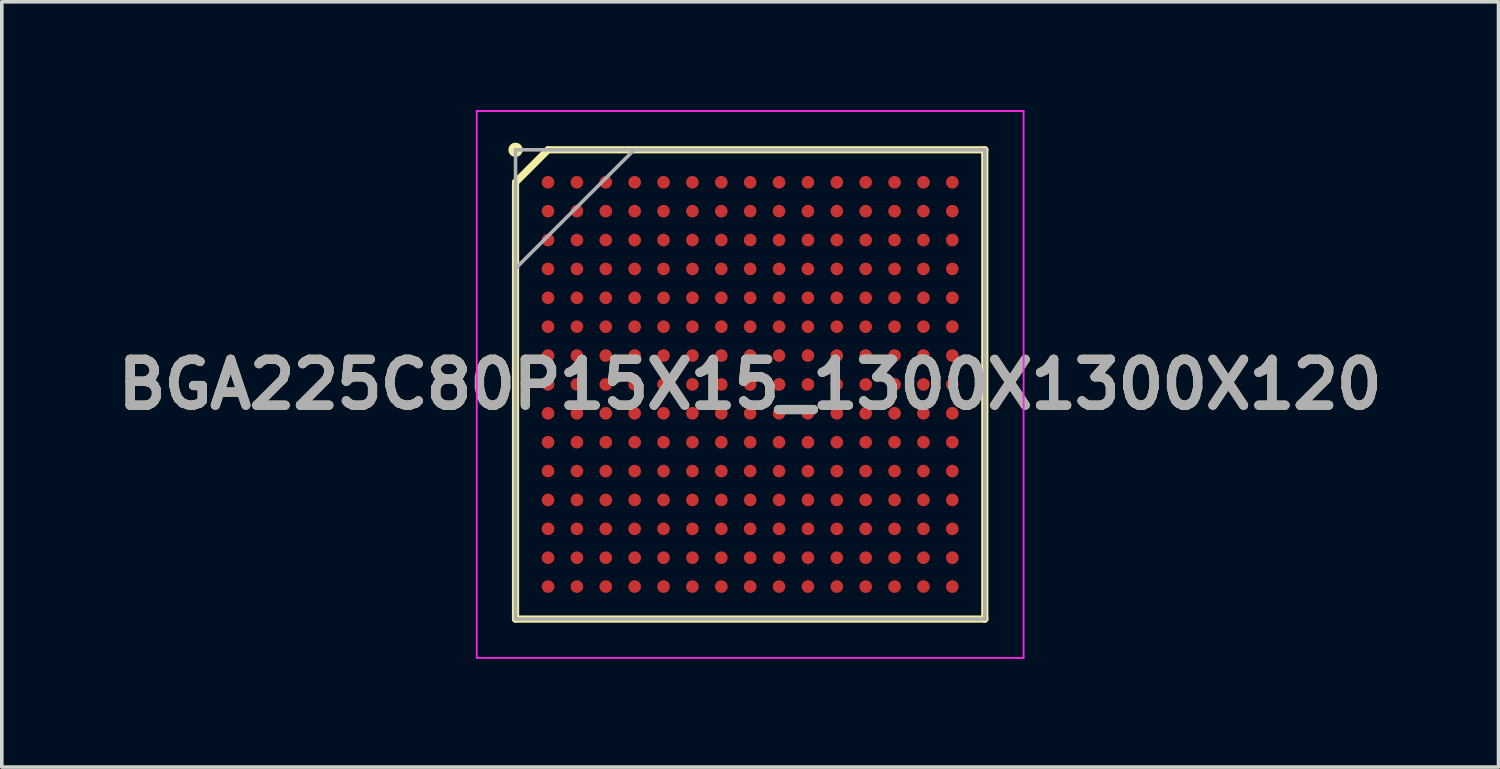
<source format=kicad_pcb>
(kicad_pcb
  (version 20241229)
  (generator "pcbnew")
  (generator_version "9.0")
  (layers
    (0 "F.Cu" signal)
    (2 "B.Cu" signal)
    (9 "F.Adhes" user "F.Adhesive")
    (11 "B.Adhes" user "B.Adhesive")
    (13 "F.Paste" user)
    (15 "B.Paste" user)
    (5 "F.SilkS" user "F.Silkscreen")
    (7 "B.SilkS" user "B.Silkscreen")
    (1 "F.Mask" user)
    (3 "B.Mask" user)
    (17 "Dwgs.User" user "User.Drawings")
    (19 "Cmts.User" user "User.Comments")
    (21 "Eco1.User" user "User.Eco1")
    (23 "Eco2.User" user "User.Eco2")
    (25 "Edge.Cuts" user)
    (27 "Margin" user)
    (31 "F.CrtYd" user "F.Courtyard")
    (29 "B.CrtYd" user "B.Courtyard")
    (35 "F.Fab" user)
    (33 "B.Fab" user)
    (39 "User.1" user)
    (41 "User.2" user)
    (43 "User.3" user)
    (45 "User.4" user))
  (footprint "BGA225C80P15X15_1300X1300X120"
    (layer "F.Cu")
    (at 17.732 7.6)
    (property "Reference" "BGA225C80P15X15_1300X1300X120" (at 0 0 0) (layer "F.SilkS") (effects (font (size 1.27 1.27) (thickness 0.254))))
    (attr smd)
    (fp_line (start -6.5 -5.6) (end -5.6 -6.5) (stroke (width 0.2) (type solid)) (layer "F.SilkS"))
    (fp_line (start -6.5 6.5) (end -6.5 -5.6) (stroke (width 0.2) (type solid)) (layer "F.SilkS"))
    (fp_line (start -5.6 -6.5) (end 6.5 -6.5) (stroke (width 0.2) (type solid)) (layer "F.SilkS"))
    (fp_line (start 6.5 -6.5) (end 6.5 6.5) (stroke (width 0.2) (type solid)) (layer "F.SilkS"))
    (fp_line (start 6.5 6.5) (end -6.5 6.5) (stroke (width 0.2) (type solid)) (layer "F.SilkS"))
    (fp_circle (center -6.5 -6.5) (end -6.5 -6.4) (stroke (width 0.2) (type solid)) (fill no) (layer "F.SilkS"))
    (fp_line (start -7.575 -7.575) (end 7.575 -7.575) (stroke (width 0.05) (type solid)) (layer "F.CrtYd"))
    (fp_line (start -7.575 7.575) (end -7.575 -7.575) (stroke (width 0.05) (type solid)) (layer "F.CrtYd"))
    (fp_line (start 7.575 -7.575) (end 7.575 7.575) (stroke (width 0.05) (type solid)) (layer "F.CrtYd"))
    (fp_line (start 7.575 7.575) (end -7.575 7.575) (stroke (width 0.05) (type solid)) (layer "F.CrtYd"))
    (fp_line (start -6.5 -6.5) (end 6.5 -6.5) (stroke (width 0.1) (type solid)) (layer "F.Fab"))
    (fp_line (start -6.5 -3.212) (end -3.212 -6.5) (stroke (width 0.1) (type solid)) (layer "F.Fab"))
    (fp_line (start -6.5 6.5) (end -6.5 -6.5) (stroke (width 0.1) (type solid)) (layer "F.Fab"))
    (fp_line (start 6.5 -6.5) (end 6.5 6.5) (stroke (width 0.1) (type solid)) (layer "F.Fab"))
    (fp_line (start 6.5 6.5) (end -6.5 6.5) (stroke (width 0.1) (type solid)) (layer "F.Fab"))
    (fp_text user "${REFERENCE}" (at 0 0 0) (layer "F.Fab") (effects (font (size 1.27 1.27) (thickness 0.254))))
    (pad "A1" smd circle (at -5.6 -5.6 90) (size 0.35 0.35) (layers "F.Cu" "F.Mask" "F.Paste"))
    (pad "A2" smd circle (at -4.8 -5.6 90) (size 0.35 0.35) (layers "F.Cu" "F.Mask" "F.Paste"))
    (pad "A3" smd circle (at -4 -5.6 90) (size 0.35 0.35) (layers "F.Cu" "F.Mask" "F.Paste"))
    (pad "A4" smd circle (at -3.2 -5.6 90) (size 0.35 0.35) (layers "F.Cu" "F.Mask" "F.Paste"))
    (pad "A5" smd circle (at -2.4 -5.6 90) (size 0.35 0.35) (layers "F.Cu" "F.Mask" "F.Paste"))
    (pad "A6" smd circle (at -1.6 -5.6 90) (size 0.35 0.35) (layers "F.Cu" "F.Mask" "F.Paste"))
    (pad "A7" smd circle (at -0.8 -5.6 90) (size 0.35 0.35) (layers "F.Cu" "F.Mask" "F.Paste"))
    (pad "A8" smd circle (at 0 -5.6 90) (size 0.35 0.35) (layers "F.Cu" "F.Mask" "F.Paste"))
    (pad "A9" smd circle (at 0.8 -5.6 90) (size 0.35 0.35) (layers "F.Cu" "F.Mask" "F.Paste"))
    (pad "A10" smd circle (at 1.6 -5.6 90) (size 0.35 0.35) (layers "F.Cu" "F.Mask" "F.Paste"))
    (pad "A11" smd circle (at 2.4 -5.6 90) (size 0.35 0.35) (layers "F.Cu" "F.Mask" "F.Paste"))
    (pad "A12" smd circle (at 3.2 -5.6 90) (size 0.35 0.35) (layers "F.Cu" "F.Mask" "F.Paste"))
    (pad "A13" smd circle (at 4 -5.6 90) (size 0.35 0.35) (layers "F.Cu" "F.Mask" "F.Paste"))
    (pad "A14" smd circle (at 4.8 -5.6 90) (size 0.35 0.35) (layers "F.Cu" "F.Mask" "F.Paste"))
    (pad "A15" smd circle (at 5.6 -5.6 90) (size 0.35 0.35) (layers "F.Cu" "F.Mask" "F.Paste"))
    (pad "B1" smd circle (at -5.6 -4.8 90) (size 0.35 0.35) (layers "F.Cu" "F.Mask" "F.Paste"))
    (pad "B2" smd circle (at -4.8 -4.8 90) (size 0.35 0.35) (layers "F.Cu" "F.Mask" "F.Paste"))
    (pad "B3" smd circle (at -4 -4.8 90) (size 0.35 0.35) (layers "F.Cu" "F.Mask" "F.Paste"))
    (pad "B4" smd circle (at -3.2 -4.8 90) (size 0.35 0.35) (layers "F.Cu" "F.Mask" "F.Paste"))
    (pad "B5" smd circle (at -2.4 -4.8 90) (size 0.35 0.35) (layers "F.Cu" "F.Mask" "F.Paste"))
    (pad "B6" smd circle (at -1.6 -4.8 90) (size 0.35 0.35) (layers "F.Cu" "F.Mask" "F.Paste"))
    (pad "B7" smd circle (at -0.8 -4.8 90) (size 0.35 0.35) (layers "F.Cu" "F.Mask" "F.Paste"))
    (pad "B8" smd circle (at 0 -4.8 90) (size 0.35 0.35) (layers "F.Cu" "F.Mask" "F.Paste"))
    (pad "B9" smd circle (at 0.8 -4.8 90) (size 0.35 0.35) (layers "F.Cu" "F.Mask" "F.Paste"))
    (pad "B10" smd circle (at 1.6 -4.8 90) (size 0.35 0.35) (layers "F.Cu" "F.Mask" "F.Paste"))
    (pad "B11" smd circle (at 2.4 -4.8 90) (size 0.35 0.35) (layers "F.Cu" "F.Mask" "F.Paste"))
    (pad "B12" smd circle (at 3.2 -4.8 90) (size 0.35 0.35) (layers "F.Cu" "F.Mask" "F.Paste"))
    (pad "B13" smd circle (at 4 -4.8 90) (size 0.35 0.35) (layers "F.Cu" "F.Mask" "F.Paste"))
    (pad "B14" smd circle (at 4.8 -4.8 90) (size 0.35 0.35) (layers "F.Cu" "F.Mask" "F.Paste"))
    (pad "B15" smd circle (at 5.6 -4.8 90) (size 0.35 0.35) (layers "F.Cu" "F.Mask" "F.Paste"))
    (pad "C1" smd circle (at -5.6 -4 90) (size 0.35 0.35) (layers "F.Cu" "F.Mask" "F.Paste"))
    (pad "C2" smd circle (at -4.8 -4 90) (size 0.35 0.35) (layers "F.Cu" "F.Mask" "F.Paste"))
    (pad "C3" smd circle (at -4 -4 90) (size 0.35 0.35) (layers "F.Cu" "F.Mask" "F.Paste"))
    (pad "C4" smd circle (at -3.2 -4 90) (size 0.35 0.35) (layers "F.Cu" "F.Mask" "F.Paste"))
    (pad "C5" smd circle (at -2.4 -4 90) (size 0.35 0.35) (layers "F.Cu" "F.Mask" "F.Paste"))
    (pad "C6" smd circle (at -1.6 -4 90) (size 0.35 0.35) (layers "F.Cu" "F.Mask" "F.Paste"))
    (pad "C7" smd circle (at -0.8 -4 90) (size 0.35 0.35) (layers "F.Cu" "F.Mask" "F.Paste"))
    (pad "C8" smd circle (at 0 -4 90) (size 0.35 0.35) (layers "F.Cu" "F.Mask" "F.Paste"))
    (pad "C9" smd circle (at 0.8 -4 90) (size 0.35 0.35) (layers "F.Cu" "F.Mask" "F.Paste"))
    (pad "C10" smd circle (at 1.6 -4 90) (size 0.35 0.35) (layers "F.Cu" "F.Mask" "F.Paste"))
    (pad "C11" smd circle (at 2.4 -4 90) (size 0.35 0.35) (layers "F.Cu" "F.Mask" "F.Paste"))
    (pad "C12" smd circle (at 3.2 -4 90) (size 0.35 0.35) (layers "F.Cu" "F.Mask" "F.Paste"))
    (pad "C13" smd circle (at 4 -4 90) (size 0.35 0.35) (layers "F.Cu" "F.Mask" "F.Paste"))
    (pad "C14" smd circle (at 4.8 -4 90) (size 0.35 0.35) (layers "F.Cu" "F.Mask" "F.Paste"))
    (pad "C15" smd circle (at 5.6 -4 90) (size 0.35 0.35) (layers "F.Cu" "F.Mask" "F.Paste"))
    (pad "D1" smd circle (at -5.6 -3.2 90) (size 0.35 0.35) (layers "F.Cu" "F.Mask" "F.Paste"))
    (pad "D2" smd circle (at -4.8 -3.2 90) (size 0.35 0.35) (layers "F.Cu" "F.Mask" "F.Paste"))
    (pad "D3" smd circle (at -4 -3.2 90) (size 0.35 0.35) (layers "F.Cu" "F.Mask" "F.Paste"))
    (pad "D4" smd circle (at -3.2 -3.2 90) (size 0.35 0.35) (layers "F.Cu" "F.Mask" "F.Paste"))
    (pad "D5" smd circle (at -2.4 -3.2 90) (size 0.35 0.35) (layers "F.Cu" "F.Mask" "F.Paste"))
    (pad "D6" smd circle (at -1.6 -3.2 90) (size 0.35 0.35) (layers "F.Cu" "F.Mask" "F.Paste"))
    (pad "D7" smd circle (at -0.8 -3.2 90) (size 0.35 0.35) (layers "F.Cu" "F.Mask" "F.Paste"))
    (pad "D8" smd circle (at 0 -3.2 90) (size 0.35 0.35) (layers "F.Cu" "F.Mask" "F.Paste"))
    (pad "D9" smd circle (at 0.8 -3.2 90) (size 0.35 0.35) (layers "F.Cu" "F.Mask" "F.Paste"))
    (pad "D10" smd circle (at 1.6 -3.2 90) (size 0.35 0.35) (layers "F.Cu" "F.Mask" "F.Paste"))
    (pad "D11" smd circle (at 2.4 -3.2 90) (size 0.35 0.35) (layers "F.Cu" "F.Mask" "F.Paste"))
    (pad "D12" smd circle (at 3.2 -3.2 90) (size 0.35 0.35) (layers "F.Cu" "F.Mask" "F.Paste"))
    (pad "D13" smd circle (at 4 -3.2 90) (size 0.35 0.35) (layers "F.Cu" "F.Mask" "F.Paste"))
    (pad "D14" smd circle (at 4.8 -3.2 90) (size 0.35 0.35) (layers "F.Cu" "F.Mask" "F.Paste"))
    (pad "D15" smd circle (at 5.6 -3.2 90) (size 0.35 0.35) (layers "F.Cu" "F.Mask" "F.Paste"))
    (pad "E1" smd circle (at -5.6 -2.4 90) (size 0.35 0.35) (layers "F.Cu" "F.Mask" "F.Paste"))
    (pad "E2" smd circle (at -4.8 -2.4 90) (size 0.35 0.35) (layers "F.Cu" "F.Mask" "F.Paste"))
    (pad "E3" smd circle (at -4 -2.4 90) (size 0.35 0.35) (layers "F.Cu" "F.Mask" "F.Paste"))
    (pad "E4" smd circle (at -3.2 -2.4 90) (size 0.35 0.35) (layers "F.Cu" "F.Mask" "F.Paste"))
    (pad "E5" smd circle (at -2.4 -2.4 90) (size 0.35 0.35) (layers "F.Cu" "F.Mask" "F.Paste"))
    (pad "E6" smd circle (at -1.6 -2.4 90) (size 0.35 0.35) (layers "F.Cu" "F.Mask" "F.Paste"))
    (pad "E7" smd circle (at -0.8 -2.4 90) (size 0.35 0.35) (layers "F.Cu" "F.Mask" "F.Paste"))
    (pad "E8" smd circle (at 0 -2.4 90) (size 0.35 0.35) (layers "F.Cu" "F.Mask" "F.Paste"))
    (pad "E9" smd circle (at 0.8 -2.4 90) (size 0.35 0.35) (layers "F.Cu" "F.Mask" "F.Paste"))
    (pad "E10" smd circle (at 1.6 -2.4 90) (size 0.35 0.35) (layers "F.Cu" "F.Mask" "F.Paste"))
    (pad "E11" smd circle (at 2.4 -2.4 90) (size 0.35 0.35) (layers "F.Cu" "F.Mask" "F.Paste"))
    (pad "E12" smd circle (at 3.2 -2.4 90) (size 0.35 0.35) (layers "F.Cu" "F.Mask" "F.Paste"))
    (pad "E13" smd circle (at 4 -2.4 90) (size 0.35 0.35) (layers "F.Cu" "F.Mask" "F.Paste"))
    (pad "E14" smd circle (at 4.8 -2.4 90) (size 0.35 0.35) (layers "F.Cu" "F.Mask" "F.Paste"))
    (pad "E15" smd circle (at 5.6 -2.4 90) (size 0.35 0.35) (layers "F.Cu" "F.Mask" "F.Paste"))
    (pad "F1" smd circle (at -5.6 -1.6 90) (size 0.35 0.35) (layers "F.Cu" "F.Mask" "F.Paste"))
    (pad "F2" smd circle (at -4.8 -1.6 90) (size 0.35 0.35) (layers "F.Cu" "F.Mask" "F.Paste"))
    (pad "F3" smd circle (at -4 -1.6 90) (size 0.35 0.35) (layers "F.Cu" "F.Mask" "F.Paste"))
    (pad "F4" smd circle (at -3.2 -1.6 90) (size 0.35 0.35) (layers "F.Cu" "F.Mask" "F.Paste"))
    (pad "F5" smd circle (at -2.4 -1.6 90) (size 0.35 0.35) (layers "F.Cu" "F.Mask" "F.Paste"))
    (pad "F6" smd circle (at -1.6 -1.6 90) (size 0.35 0.35) (layers "F.Cu" "F.Mask" "F.Paste"))
    (pad "F7" smd circle (at -0.8 -1.6 90) (size 0.35 0.35) (layers "F.Cu" "F.Mask" "F.Paste"))
    (pad "F8" smd circle (at 0 -1.6 90) (size 0.35 0.35) (layers "F.Cu" "F.Mask" "F.Paste"))
    (pad "F9" smd circle (at 0.8 -1.6 90) (size 0.35 0.35) (layers "F.Cu" "F.Mask" "F.Paste"))
    (pad "F10" smd circle (at 1.6 -1.6 90) (size 0.35 0.35) (layers "F.Cu" "F.Mask" "F.Paste"))
    (pad "F11" smd circle (at 2.4 -1.6 90) (size 0.35 0.35) (layers "F.Cu" "F.Mask" "F.Paste"))
    (pad "F12" smd circle (at 3.2 -1.6 90) (size 0.35 0.35) (layers "F.Cu" "F.Mask" "F.Paste"))
    (pad "F13" smd circle (at 4 -1.6 90) (size 0.35 0.35) (layers "F.Cu" "F.Mask" "F.Paste"))
    (pad "F14" smd circle (at 4.8 -1.6 90) (size 0.35 0.35) (layers "F.Cu" "F.Mask" "F.Paste"))
    (pad "F15" smd circle (at 5.6 -1.6 90) (size 0.35 0.35) (layers "F.Cu" "F.Mask" "F.Paste"))
    (pad "G1" smd circle (at -5.6 -0.8 90) (size 0.35 0.35) (layers "F.Cu" "F.Mask" "F.Paste"))
    (pad "G2" smd circle (at -4.8 -0.8 90) (size 0.35 0.35) (layers "F.Cu" "F.Mask" "F.Paste"))
    (pad "G3" smd circle (at -4 -0.8 90) (size 0.35 0.35) (layers "F.Cu" "F.Mask" "F.Paste"))
    (pad "G4" smd circle (at -3.2 -0.8 90) (size 0.35 0.35) (layers "F.Cu" "F.Mask" "F.Paste"))
    (pad "G5" smd circle (at -2.4 -0.8 90) (size 0.35 0.35) (layers "F.Cu" "F.Mask" "F.Paste"))
    (pad "G6" smd circle (at -1.6 -0.8 90) (size 0.35 0.35) (layers "F.Cu" "F.Mask" "F.Paste"))
    (pad "G7" smd circle (at -0.8 -0.8 90) (size 0.35 0.35) (layers "F.Cu" "F.Mask" "F.Paste"))
    (pad "G8" smd circle (at 0 -0.8 90) (size 0.35 0.35) (layers "F.Cu" "F.Mask" "F.Paste"))
    (pad "G9" smd circle (at 0.8 -0.8 90) (size 0.35 0.35) (layers "F.Cu" "F.Mask" "F.Paste"))
    (pad "G10" smd circle (at 1.6 -0.8 90) (size 0.35 0.35) (layers "F.Cu" "F.Mask" "F.Paste"))
    (pad "G11" smd circle (at 2.4 -0.8 90) (size 0.35 0.35) (layers "F.Cu" "F.Mask" "F.Paste"))
    (pad "G12" smd circle (at 3.2 -0.8 90) (size 0.35 0.35) (layers "F.Cu" "F.Mask" "F.Paste"))
    (pad "G13" smd circle (at 4 -0.8 90) (size 0.35 0.35) (layers "F.Cu" "F.Mask" "F.Paste"))
    (pad "G14" smd circle (at 4.8 -0.8 90) (size 0.35 0.35) (layers "F.Cu" "F.Mask" "F.Paste"))
    (pad "G15" smd circle (at 5.6 -0.8 90) (size 0.35 0.35) (layers "F.Cu" "F.Mask" "F.Paste"))
    (pad "H1" smd circle (at -5.6 0 90) (size 0.35 0.35) (layers "F.Cu" "F.Mask" "F.Paste"))
    (pad "H2" smd circle (at -4.8 0 90) (size 0.35 0.35) (layers "F.Cu" "F.Mask" "F.Paste"))
    (pad "H3" smd circle (at -4 0 90) (size 0.35 0.35) (layers "F.Cu" "F.Mask" "F.Paste"))
    (pad "H4" smd circle (at -3.2 0 90) (size 0.35 0.35) (layers "F.Cu" "F.Mask" "F.Paste"))
    (pad "H5" smd circle (at -2.4 0 90) (size 0.35 0.35) (layers "F.Cu" "F.Mask" "F.Paste"))
    (pad "H6" smd circle (at -1.6 0 90) (size 0.35 0.35) (layers "F.Cu" "F.Mask" "F.Paste"))
    (pad "H7" smd circle (at -0.8 0 90) (size 0.35 0.35) (layers "F.Cu" "F.Mask" "F.Paste"))
    (pad "H8" smd circle (at 0 0 90) (size 0.35 0.35) (layers "F.Cu" "F.Mask" "F.Paste"))
    (pad "H9" smd circle (at 0.8 0 90) (size 0.35 0.35) (layers "F.Cu" "F.Mask" "F.Paste"))
    (pad "H10" smd circle (at 1.6 0 90) (size 0.35 0.35) (layers "F.Cu" "F.Mask" "F.Paste"))
    (pad "H11" smd circle (at 2.4 0 90) (size 0.35 0.35) (layers "F.Cu" "F.Mask" "F.Paste"))
    (pad "H12" smd circle (at 3.2 0 90) (size 0.35 0.35) (layers "F.Cu" "F.Mask" "F.Paste"))
    (pad "H13" smd circle (at 4 0 90) (size 0.35 0.35) (layers "F.Cu" "F.Mask" "F.Paste"))
    (pad "H14" smd circle (at 4.8 0 90) (size 0.35 0.35) (layers "F.Cu" "F.Mask" "F.Paste"))
    (pad "H15" smd circle (at 5.6 0 90) (size 0.35 0.35) (layers "F.Cu" "F.Mask" "F.Paste"))
    (pad "J1" smd circle (at -5.6 0.8 90) (size 0.35 0.35) (layers "F.Cu" "F.Mask" "F.Paste"))
    (pad "J2" smd circle (at -4.8 0.8 90) (size 0.35 0.35) (layers "F.Cu" "F.Mask" "F.Paste"))
    (pad "J3" smd circle (at -4 0.8 90) (size 0.35 0.35) (layers "F.Cu" "F.Mask" "F.Paste"))
    (pad "J4" smd circle (at -3.2 0.8 90) (size 0.35 0.35) (layers "F.Cu" "F.Mask" "F.Paste"))
    (pad "J5" smd circle (at -2.4 0.8 90) (size 0.35 0.35) (layers "F.Cu" "F.Mask" "F.Paste"))
    (pad "J6" smd circle (at -1.6 0.8 90) (size 0.35 0.35) (layers "F.Cu" "F.Mask" "F.Paste"))
    (pad "J7" smd circle (at -0.8 0.8 90) (size 0.35 0.35) (layers "F.Cu" "F.Mask" "F.Paste"))
    (pad "J8" smd circle (at 0 0.8 90) (size 0.35 0.35) (layers "F.Cu" "F.Mask" "F.Paste"))
    (pad "J9" smd circle (at 0.8 0.8 90) (size 0.35 0.35) (layers "F.Cu" "F.Mask" "F.Paste"))
    (pad "J10" smd circle (at 1.6 0.8 90) (size 0.35 0.35) (layers "F.Cu" "F.Mask" "F.Paste"))
    (pad "J11" smd circle (at 2.4 0.8 90) (size 0.35 0.35) (layers "F.Cu" "F.Mask" "F.Paste"))
    (pad "J12" smd circle (at 3.2 0.8 90) (size 0.35 0.35) (layers "F.Cu" "F.Mask" "F.Paste"))
    (pad "J13" smd circle (at 4 0.8 90) (size 0.35 0.35) (layers "F.Cu" "F.Mask" "F.Paste"))
    (pad "J14" smd circle (at 4.8 0.8 90) (size 0.35 0.35) (layers "F.Cu" "F.Mask" "F.Paste"))
    (pad "J15" smd circle (at 5.6 0.8 90) (size 0.35 0.35) (layers "F.Cu" "F.Mask" "F.Paste"))
    (pad "K1" smd circle (at -5.6 1.6 90) (size 0.35 0.35) (layers "F.Cu" "F.Mask" "F.Paste"))
    (pad "K2" smd circle (at -4.8 1.6 90) (size 0.35 0.35) (layers "F.Cu" "F.Mask" "F.Paste"))
    (pad "K3" smd circle (at -4 1.6 90) (size 0.35 0.35) (layers "F.Cu" "F.Mask" "F.Paste"))
    (pad "K4" smd circle (at -3.2 1.6 90) (size 0.35 0.35) (layers "F.Cu" "F.Mask" "F.Paste"))
    (pad "K5" smd circle (at -2.4 1.6 90) (size 0.35 0.35) (layers "F.Cu" "F.Mask" "F.Paste"))
    (pad "K6" smd circle (at -1.6 1.6 90) (size 0.35 0.35) (layers "F.Cu" "F.Mask" "F.Paste"))
    (pad "K7" smd circle (at -0.8 1.6 90) (size 0.35 0.35) (layers "F.Cu" "F.Mask" "F.Paste"))
    (pad "K8" smd circle (at 0 1.6 90) (size 0.35 0.35) (layers "F.Cu" "F.Mask" "F.Paste"))
    (pad "K9" smd circle (at 0.8 1.6 90) (size 0.35 0.35) (layers "F.Cu" "F.Mask" "F.Paste"))
    (pad "K10" smd circle (at 1.6 1.6 90) (size 0.35 0.35) (layers "F.Cu" "F.Mask" "F.Paste"))
    (pad "K11" smd circle (at 2.4 1.6 90) (size 0.35 0.35) (layers "F.Cu" "F.Mask" "F.Paste"))
    (pad "K12" smd circle (at 3.2 1.6 90) (size 0.35 0.35) (layers "F.Cu" "F.Mask" "F.Paste"))
    (pad "K13" smd circle (at 4 1.6 90) (size 0.35 0.35) (layers "F.Cu" "F.Mask" "F.Paste"))
    (pad "K14" smd circle (at 4.8 1.6 90) (size 0.35 0.35) (layers "F.Cu" "F.Mask" "F.Paste"))
    (pad "K15" smd circle (at 5.6 1.6 90) (size 0.35 0.35) (layers "F.Cu" "F.Mask" "F.Paste"))
    (pad "L1" smd circle (at -5.6 2.4 90) (size 0.35 0.35) (layers "F.Cu" "F.Mask" "F.Paste"))
    (pad "L2" smd circle (at -4.8 2.4 90) (size 0.35 0.35) (layers "F.Cu" "F.Mask" "F.Paste"))
    (pad "L3" smd circle (at -4 2.4 90) (size 0.35 0.35) (layers "F.Cu" "F.Mask" "F.Paste"))
    (pad "L4" smd circle (at -3.2 2.4 90) (size 0.35 0.35) (layers "F.Cu" "F.Mask" "F.Paste"))
    (pad "L5" smd circle (at -2.4 2.4 90) (size 0.35 0.35) (layers "F.Cu" "F.Mask" "F.Paste"))
    (pad "L6" smd circle (at -1.6 2.4 90) (size 0.35 0.35) (layers "F.Cu" "F.Mask" "F.Paste"))
    (pad "L7" smd circle (at -0.8 2.4 90) (size 0.35 0.35) (layers "F.Cu" "F.Mask" "F.Paste"))
    (pad "L8" smd circle (at 0 2.4 90) (size 0.35 0.35) (layers "F.Cu" "F.Mask" "F.Paste"))
    (pad "L9" smd circle (at 0.8 2.4 90) (size 0.35 0.35) (layers "F.Cu" "F.Mask" "F.Paste"))
    (pad "L10" smd circle (at 1.6 2.4 90) (size 0.35 0.35) (layers "F.Cu" "F.Mask" "F.Paste"))
    (pad "L11" smd circle (at 2.4 2.4 90) (size 0.35 0.35) (layers "F.Cu" "F.Mask" "F.Paste"))
    (pad "L12" smd circle (at 3.2 2.4 90) (size 0.35 0.35) (layers "F.Cu" "F.Mask" "F.Paste"))
    (pad "L13" smd circle (at 4 2.4 90) (size 0.35 0.35) (layers "F.Cu" "F.Mask" "F.Paste"))
    (pad "L14" smd circle (at 4.8 2.4 90) (size 0.35 0.35) (layers "F.Cu" "F.Mask" "F.Paste"))
    (pad "L15" smd circle (at 5.6 2.4 90) (size 0.35 0.35) (layers "F.Cu" "F.Mask" "F.Paste"))
    (pad "M1" smd circle (at -5.6 3.2 90) (size 0.35 0.35) (layers "F.Cu" "F.Mask" "F.Paste"))
    (pad "M2" smd circle (at -4.8 3.2 90) (size 0.35 0.35) (layers "F.Cu" "F.Mask" "F.Paste"))
    (pad "M3" smd circle (at -4 3.2 90) (size 0.35 0.35) (layers "F.Cu" "F.Mask" "F.Paste"))
    (pad "M4" smd circle (at -3.2 3.2 90) (size 0.35 0.35) (layers "F.Cu" "F.Mask" "F.Paste"))
    (pad "M5" smd circle (at -2.4 3.2 90) (size 0.35 0.35) (layers "F.Cu" "F.Mask" "F.Paste"))
    (pad "M6" smd circle (at -1.6 3.2 90) (size 0.35 0.35) (layers "F.Cu" "F.Mask" "F.Paste"))
    (pad "M7" smd circle (at -0.8 3.2 90) (size 0.35 0.35) (layers "F.Cu" "F.Mask" "F.Paste"))
    (pad "M8" smd circle (at 0 3.2 90) (size 0.35 0.35) (layers "F.Cu" "F.Mask" "F.Paste"))
    (pad "M9" smd circle (at 0.8 3.2 90) (size 0.35 0.35) (layers "F.Cu" "F.Mask" "F.Paste"))
    (pad "M10" smd circle (at 1.6 3.2 90) (size 0.35 0.35) (layers "F.Cu" "F.Mask" "F.Paste"))
    (pad "M11" smd circle (at 2.4 3.2 90) (size 0.35 0.35) (layers "F.Cu" "F.Mask" "F.Paste"))
    (pad "M12" smd circle (at 3.2 3.2 90) (size 0.35 0.35) (layers "F.Cu" "F.Mask" "F.Paste"))
    (pad "M13" smd circle (at 4 3.2 90) (size 0.35 0.35) (layers "F.Cu" "F.Mask" "F.Paste"))
    (pad "M14" smd circle (at 4.8 3.2 90) (size 0.35 0.35) (layers "F.Cu" "F.Mask" "F.Paste"))
    (pad "M15" smd circle (at 5.6 3.2 90) (size 0.35 0.35) (layers "F.Cu" "F.Mask" "F.Paste"))
    (pad "N1" smd circle (at -5.6 4 90) (size 0.35 0.35) (layers "F.Cu" "F.Mask" "F.Paste"))
    (pad "N2" smd circle (at -4.8 4 90) (size 0.35 0.35) (layers "F.Cu" "F.Mask" "F.Paste"))
    (pad "N3" smd circle (at -4 4 90) (size 0.35 0.35) (layers "F.Cu" "F.Mask" "F.Paste"))
    (pad "N4" smd circle (at -3.2 4 90) (size 0.35 0.35) (layers "F.Cu" "F.Mask" "F.Paste"))
    (pad "N5" smd circle (at -2.4 4 90) (size 0.35 0.35) (layers "F.Cu" "F.Mask" "F.Paste"))
    (pad "N6" smd circle (at -1.6 4 90) (size 0.35 0.35) (layers "F.Cu" "F.Mask" "F.Paste"))
    (pad "N7" smd circle (at -0.8 4 90) (size 0.35 0.35) (layers "F.Cu" "F.Mask" "F.Paste"))
    (pad "N8" smd circle (at 0 4 90) (size 0.35 0.35) (layers "F.Cu" "F.Mask" "F.Paste"))
    (pad "N9" smd circle (at 0.8 4 90) (size 0.35 0.35) (layers "F.Cu" "F.Mask" "F.Paste"))
    (pad "N10" smd circle (at 1.6 4 90) (size 0.35 0.35) (layers "F.Cu" "F.Mask" "F.Paste"))
    (pad "N11" smd circle (at 2.4 4 90) (size 0.35 0.35) (layers "F.Cu" "F.Mask" "F.Paste"))
    (pad "N12" smd circle (at 3.2 4 90) (size 0.35 0.35) (layers "F.Cu" "F.Mask" "F.Paste"))
    (pad "N13" smd circle (at 4 4 90) (size 0.35 0.35) (layers "F.Cu" "F.Mask" "F.Paste"))
    (pad "N14" smd circle (at 4.8 4 90) (size 0.35 0.35) (layers "F.Cu" "F.Mask" "F.Paste"))
    (pad "N15" smd circle (at 5.6 4 90) (size 0.35 0.35) (layers "F.Cu" "F.Mask" "F.Paste"))
    (pad "P1" smd circle (at -5.6 4.8 90) (size 0.35 0.35) (layers "F.Cu" "F.Mask" "F.Paste"))
    (pad "P2" smd circle (at -4.8 4.8 90) (size 0.35 0.35) (layers "F.Cu" "F.Mask" "F.Paste"))
    (pad "P3" smd circle (at -4 4.8 90) (size 0.35 0.35) (layers "F.Cu" "F.Mask" "F.Paste"))
    (pad "P4" smd circle (at -3.2 4.8 90) (size 0.35 0.35) (layers "F.Cu" "F.Mask" "F.Paste"))
    (pad "P5" smd circle (at -2.4 4.8 90) (size 0.35 0.35) (layers "F.Cu" "F.Mask" "F.Paste"))
    (pad "P6" smd circle (at -1.6 4.8 90) (size 0.35 0.35) (layers "F.Cu" "F.Mask" "F.Paste"))
    (pad "P7" smd circle (at -0.8 4.8 90) (size 0.35 0.35) (layers "F.Cu" "F.Mask" "F.Paste"))
    (pad "P8" smd circle (at 0 4.8 90) (size 0.35 0.35) (layers "F.Cu" "F.Mask" "F.Paste"))
    (pad "P9" smd circle (at 0.8 4.8 90) (size 0.35 0.35) (layers "F.Cu" "F.Mask" "F.Paste"))
    (pad "P10" smd circle (at 1.6 4.8 90) (size 0.35 0.35) (layers "F.Cu" "F.Mask" "F.Paste"))
    (pad "P11" smd circle (at 2.4 4.8 90) (size 0.35 0.35) (layers "F.Cu" "F.Mask" "F.Paste"))
    (pad "P12" smd circle (at 3.2 4.8 90) (size 0.35 0.35) (layers "F.Cu" "F.Mask" "F.Paste"))
    (pad "P13" smd circle (at 4 4.8 90) (size 0.35 0.35) (layers "F.Cu" "F.Mask" "F.Paste"))
    (pad "P14" smd circle (at 4.8 4.8 90) (size 0.35 0.35) (layers "F.Cu" "F.Mask" "F.Paste"))
    (pad "P15" smd circle (at 5.6 4.8 90) (size 0.35 0.35) (layers "F.Cu" "F.Mask" "F.Paste"))
    (pad "R1" smd circle (at -5.6 5.6 90) (size 0.35 0.35) (layers "F.Cu" "F.Mask" "F.Paste"))
    (pad "R2" smd circle (at -4.8 5.6 90) (size 0.35 0.35) (layers "F.Cu" "F.Mask" "F.Paste"))
    (pad "R3" smd circle (at -4 5.6 90) (size 0.35 0.35) (layers "F.Cu" "F.Mask" "F.Paste"))
    (pad "R4" smd circle (at -3.2 5.6 90) (size 0.35 0.35) (layers "F.Cu" "F.Mask" "F.Paste"))
    (pad "R5" smd circle (at -2.4 5.6 90) (size 0.35 0.35) (layers "F.Cu" "F.Mask" "F.Paste"))
    (pad "R6" smd circle (at -1.6 5.6 90) (size 0.35 0.35) (layers "F.Cu" "F.Mask" "F.Paste"))
    (pad "R7" smd circle (at -0.8 5.6 90) (size 0.35 0.35) (layers "F.Cu" "F.Mask" "F.Paste"))
    (pad "R8" smd circle (at 0 5.6 90) (size 0.35 0.35) (layers "F.Cu" "F.Mask" "F.Paste"))
    (pad "R9" smd circle (at 0.8 5.6 90) (size 0.35 0.35) (layers "F.Cu" "F.Mask" "F.Paste"))
    (pad "R10" smd circle (at 1.6 5.6 90) (size 0.35 0.35) (layers "F.Cu" "F.Mask" "F.Paste"))
    (pad "R11" smd circle (at 2.4 5.6 90) (size 0.35 0.35) (layers "F.Cu" "F.Mask" "F.Paste"))
    (pad "R12" smd circle (at 3.2 5.6 90) (size 0.35 0.35) (layers "F.Cu" "F.Mask" "F.Paste"))
    (pad "R13" smd circle (at 4 5.6 90) (size 0.35 0.35) (layers "F.Cu" "F.Mask" "F.Paste"))
    (pad "R14" smd circle (at 4.8 5.6 90) (size 0.35 0.35) (layers "F.Cu" "F.Mask" "F.Paste"))
    (pad "R15" smd circle (at 5.6 5.6 90) (size 0.35 0.35) (layers "F.Cu" "F.Mask" "F.Paste")))
  (gr_rect
    (start -3 -3)
    (end 38.463 18.2)
    (stroke (width 0.1) (type default))
    (fill no)
    (layer "Edge.Cuts")))
</source>
